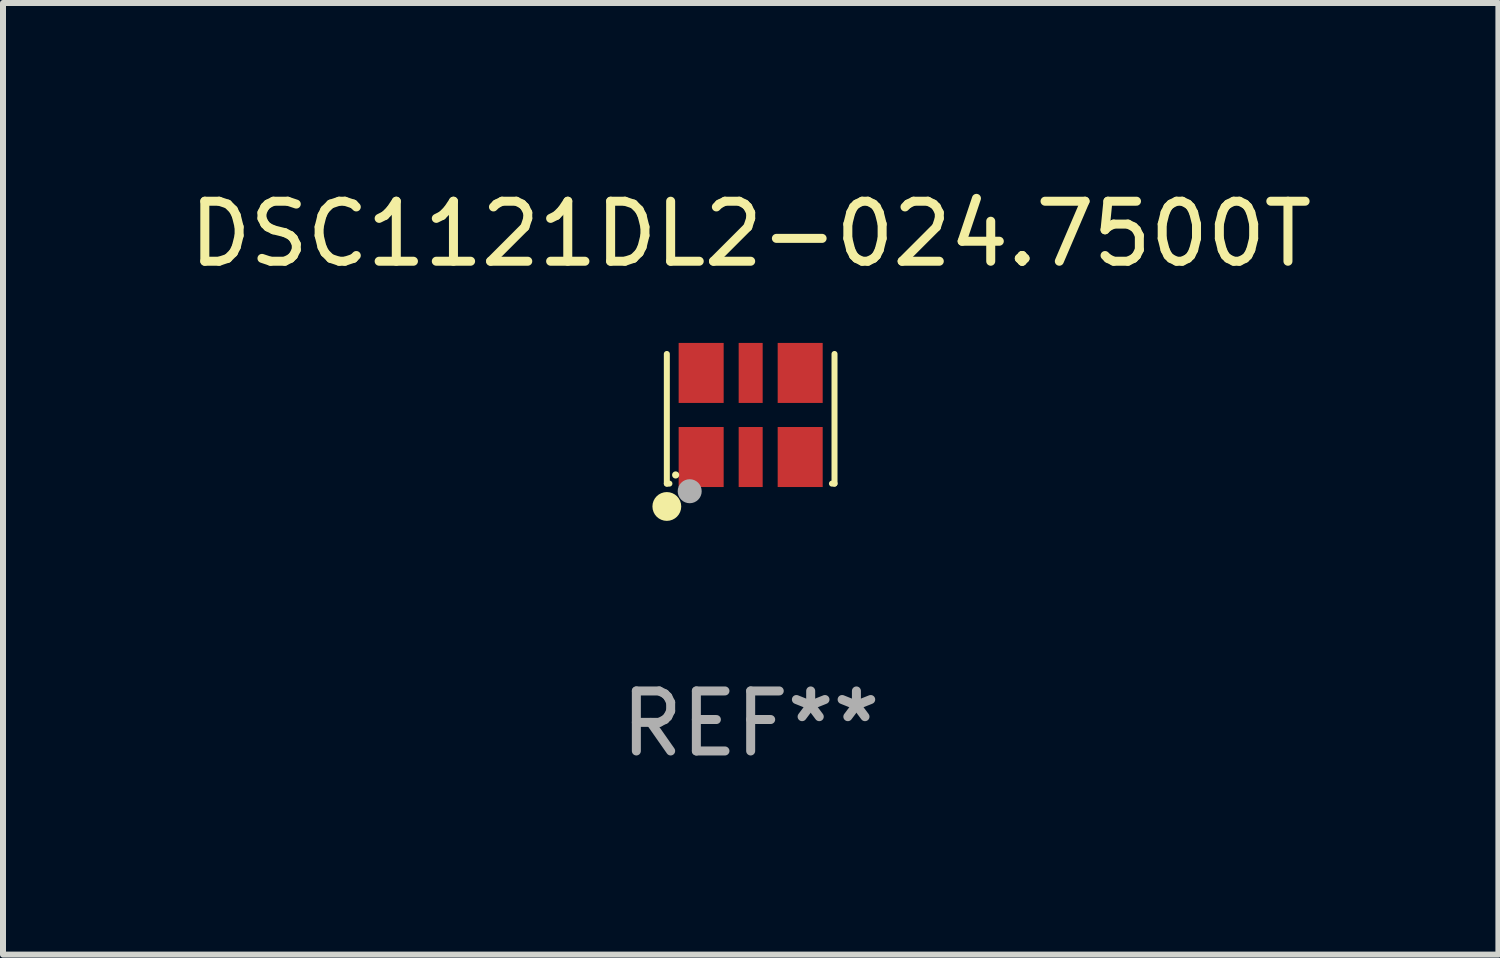
<source format=kicad_pcb>
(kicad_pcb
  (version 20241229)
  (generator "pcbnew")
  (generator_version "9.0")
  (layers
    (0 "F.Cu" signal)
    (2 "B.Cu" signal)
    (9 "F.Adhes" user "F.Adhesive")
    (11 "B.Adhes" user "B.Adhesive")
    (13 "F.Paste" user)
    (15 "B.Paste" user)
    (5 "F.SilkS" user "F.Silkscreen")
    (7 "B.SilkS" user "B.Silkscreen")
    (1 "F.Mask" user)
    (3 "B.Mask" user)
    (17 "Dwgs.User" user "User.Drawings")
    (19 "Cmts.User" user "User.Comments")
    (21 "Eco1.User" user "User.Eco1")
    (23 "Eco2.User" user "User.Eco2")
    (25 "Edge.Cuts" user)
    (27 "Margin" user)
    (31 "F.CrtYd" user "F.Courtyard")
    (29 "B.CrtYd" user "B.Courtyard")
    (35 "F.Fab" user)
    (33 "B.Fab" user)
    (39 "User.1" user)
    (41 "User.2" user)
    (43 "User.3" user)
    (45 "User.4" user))
  (footprint "DSC1121DL2-024.7500T"
    (layer "F.Cu")
    (at 9.458 3.928)
    (property "Reference" "DSC1121DL2-024.7500T" (at 0 -3.08 0) (layer "F.SilkS") (effects (font (size 1 1) (thickness 0.15))))
    (attr through_hole)
    (fp_line (start -1.397 -1.08) (end -1.397 1.08) (stroke (width 0.1) (type solid)) (layer "F.SilkS"))
    (fp_line (start -1.397 1.08) (end -1.354 1.08) (stroke (width 0.1) (type solid)) (layer "F.SilkS"))
    (fp_line (start 1.354 1.08) (end 1.397 1.08) (stroke (width 0.1) (type solid)) (layer "F.SilkS"))
    (fp_line (start 1.397 1.08) (end 1.397 -1.08) (stroke (width 0.1) (type solid)) (layer "F.SilkS"))
    (fp_circle (center -1.397 1.461) (end -1.277 1.461) (stroke (width 0.24) (type solid)) (fill no) (layer "F.SilkS"))
    (fp_circle (center -1.25 0.936) (end -1.22 0.936) (stroke (width 0.06) (type solid)) (fill no) (layer "F.SilkS"))
    (fp_circle (center -1.016 1.207) (end -0.916 1.207) (stroke (width 0.2) (type solid)) (fill no) (layer "F.Fab"))
    (fp_text user "REF**" (at 0 5.08 0) (layer "F.Fab") (effects (font (size 1 1) (thickness 0.15))))
    (pad "1" smd rect (at -0.825 0.637) (size 0.75 1) (layers "F.Cu" "F.Mask" "F.Paste"))
    (pad "2" smd rect (at 0 0.637) (size 0.4 1) (layers "F.Cu" "F.Mask" "F.Paste"))
    (pad "3" smd rect (at 0.825 0.637) (size 0.75 1) (layers "F.Cu" "F.Mask" "F.Paste"))
    (pad "4" smd rect (at 0.825 -0.764) (size 0.75 1) (layers "F.Cu" "F.Mask" "F.Paste"))
    (pad "5" smd rect (at 0 -0.764) (size 0.4 1) (layers "F.Cu" "F.Mask" "F.Paste"))
    (pad "6" smd rect (at -0.825 -0.764) (size 0.75 1) (layers "F.Cu" "F.Mask" "F.Paste")))
  (gr_rect
    (start -3 -3)
    (end 21.917 12.856)
    (stroke (width 0.1) (type default))
    (fill no)
    (layer "Edge.Cuts")))
</source>
